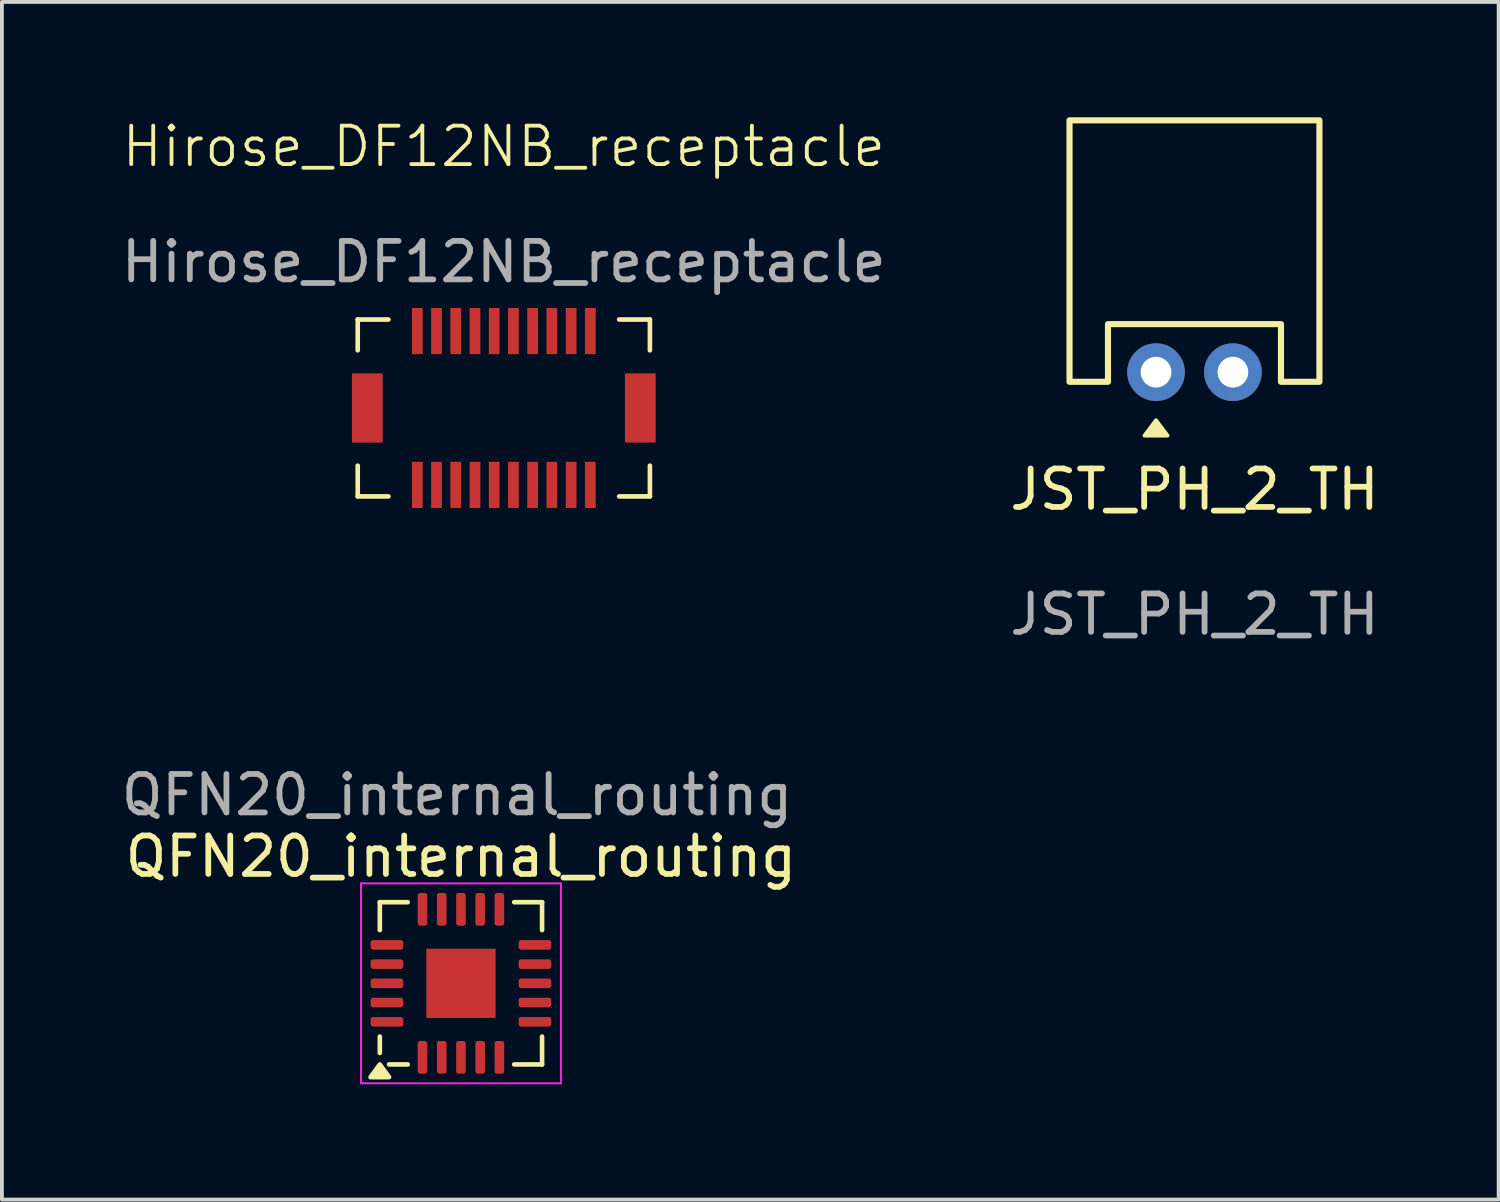
<source format=kicad_pcb>
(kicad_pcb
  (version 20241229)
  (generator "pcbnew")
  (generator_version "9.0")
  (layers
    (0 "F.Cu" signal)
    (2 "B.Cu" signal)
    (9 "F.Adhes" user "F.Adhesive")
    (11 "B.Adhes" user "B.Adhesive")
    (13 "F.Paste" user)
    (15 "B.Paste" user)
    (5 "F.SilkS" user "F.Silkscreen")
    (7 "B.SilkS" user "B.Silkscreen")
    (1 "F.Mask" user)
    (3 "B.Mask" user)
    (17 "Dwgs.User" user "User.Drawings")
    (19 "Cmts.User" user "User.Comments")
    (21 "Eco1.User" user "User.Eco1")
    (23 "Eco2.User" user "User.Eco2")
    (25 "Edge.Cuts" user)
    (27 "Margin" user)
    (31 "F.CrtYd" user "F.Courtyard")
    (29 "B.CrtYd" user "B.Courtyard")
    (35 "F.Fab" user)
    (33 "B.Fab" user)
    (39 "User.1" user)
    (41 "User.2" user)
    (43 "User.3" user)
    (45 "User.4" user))
  (footprint "JST_PH_2_TH"
    (layer "F.Cu")
    (at 28.018 6.63)
    (property "Reference" "JST_PH_2_TH" (at 0 3.05 0) (unlocked yes) (layer "F.SilkS") (effects (font (size 1 1) (thickness 0.15))))
    (attr through_hole)
    (fp_poly (pts (xy -0.7 1.65) (xy -1.3 1.65) (xy -1 1.25)) (stroke (width 0.1) (type solid)) (fill yes) (layer "F.SilkS"))
    (fp_poly (pts (xy -3.25 -6.55) (xy 3.25 -6.55) (xy 3.25 0.25) (xy 2.25 0.25) (xy 2.25 -1.25) (xy -2.25 -1.25) (xy -2.25 0.25) (xy -3.25 0.25)) (stroke (width 0.16) (type solid)) (fill no) (layer "F.SilkS"))
    (fp_text user "${REFERENCE}" (at 0 6.3 0) (unlocked yes) (layer "F.Fab") (effects (font (size 1 1) (thickness 0.15))))
    (pad "1" thru_hole circle (at -1 0) (size 1.5 1.5) (drill 0.8) (layers "*.Cu" "*.Mask"))
    (pad "2" thru_hole circle (at 1 0) (size 1.5 1.5) (drill 0.8) (layers "*.Cu" "*.Mask")))
  (footprint "Hirose_DF12NB_receptacle"
    (layer "F.Cu")
    (at 10.054 7.561)
    (property "Reference" "Hirose_DF12NB_receptacle" (at 0 -6.8 0) (unlocked yes) (layer "F.SilkS") (effects (font (size 1 1) (thickness 0.1))))
    (attr smd)
    (fp_line (start -3.8 -2.3) (end -3.8 -1.5) (stroke (width 0.12) (type default)) (layer "F.SilkS"))
    (fp_line (start -3.8 1.5) (end -3.8 2.3) (stroke (width 0.12) (type default)) (layer "F.SilkS"))
    (fp_line (start -3.8 2.3) (end -3 2.3) (stroke (width 0.12) (type default)) (layer "F.SilkS"))
    (fp_line (start -3 -2.3) (end -3.8 -2.3) (stroke (width 0.12) (type default)) (layer "F.SilkS"))
    (fp_line (start 3 2.3) (end 3.8 2.3) (stroke (width 0.12) (type default)) (layer "F.SilkS"))
    (fp_line (start 3.8 -2.3) (end 3 -2.3) (stroke (width 0.12) (type default)) (layer "F.SilkS"))
    (fp_line (start 3.8 -1.5) (end 3.8 -2.3) (stroke (width 0.12) (type default)) (layer "F.SilkS"))
    (fp_line (start 3.8 2.3) (end 3.8 1.5) (stroke (width 0.12) (type default)) (layer "F.SilkS"))
    (fp_text user "${REFERENCE}" (at 0 -3.8 0) (unlocked yes) (layer "F.Fab") (effects (font (size 1 1) (thickness 0.15))))
    (pad "" smd rect (at -3.55 0) (size 0.8 1.8) (layers "F.Cu" "F.Mask" "F.Paste"))
    (pad "" smd rect (at 3.55 0) (size 0.8 1.8) (layers "F.Cu" "F.Mask" "F.Paste"))
    (pad "1" smd rect (at -2.25 -2) (size 0.28 1.2) (layers "F.Cu" "F.Mask" "F.Paste"))
    (pad "2" smd rect (at -1.75 -2) (size 0.28 1.2) (layers "F.Cu" "F.Mask" "F.Paste"))
    (pad "3" smd rect (at -1.25 -2) (size 0.28 1.2) (layers "F.Cu" "F.Mask" "F.Paste"))
    (pad "4" smd rect (at -0.75 -2) (size 0.28 1.2) (layers "F.Cu" "F.Mask" "F.Paste"))
    (pad "5" smd rect (at -0.25 -2) (size 0.28 1.2) (layers "F.Cu" "F.Mask" "F.Paste"))
    (pad "6" smd rect (at 0.25 -2) (size 0.28 1.2) (layers "F.Cu" "F.Mask" "F.Paste"))
    (pad "7" smd rect (at 0.75 -2) (size 0.28 1.2) (layers "F.Cu" "F.Mask" "F.Paste"))
    (pad "8" smd rect (at 1.25 -2) (size 0.28 1.2) (layers "F.Cu" "F.Mask" "F.Paste"))
    (pad "9" smd rect (at 1.75 -2) (size 0.28 1.2) (layers "F.Cu" "F.Mask" "F.Paste"))
    (pad "10" smd rect (at 2.25 -2) (size 0.28 1.2) (layers "F.Cu" "F.Mask" "F.Paste"))
    (pad "11" smd rect (at -2.25 2) (size 0.28 1.2) (layers "F.Cu" "F.Mask" "F.Paste"))
    (pad "12" smd rect (at -1.75 2) (size 0.28 1.2) (layers "F.Cu" "F.Mask" "F.Paste"))
    (pad "13" smd rect (at -1.25 2) (size 0.28 1.2) (layers "F.Cu" "F.Mask" "F.Paste"))
    (pad "14" smd rect (at -0.75 2) (size 0.28 1.2) (layers "F.Cu" "F.Mask" "F.Paste"))
    (pad "15" smd rect (at -0.25 2) (size 0.28 1.2) (layers "F.Cu" "F.Mask" "F.Paste"))
    (pad "16" smd rect (at 0.25 2) (size 0.28 1.2) (layers "F.Cu" "F.Mask" "F.Paste"))
    (pad "17" smd rect (at 0.75 2) (size 0.28 1.2) (layers "F.Cu" "F.Mask" "F.Paste"))
    (pad "18" smd rect (at 1.25 2) (size 0.28 1.2) (layers "F.Cu" "F.Mask" "F.Paste"))
    (pad "19" smd rect (at 1.75 2) (size 0.28 1.2) (layers "F.Cu" "F.Mask" "F.Paste"))
    (pad "20" smd rect (at 2.25 2) (size 0.28 1.2) (layers "F.Cu" "F.Mask" "F.Paste")))
  (footprint "QFN20_internal_routing"
    (layer "F.Cu")
    (at 8.939 22.526)
    (property "Reference" "QFN20_internal_routing" (at 0 -3.3 0) (layer "F.SilkS") (effects (font (size 1 1) (thickness 0.15))))
    (attr smd)
    (fp_line (start -2.11 -2.11) (end -1.385 -2.11) (stroke (width 0.12) (type solid)) (layer "F.SilkS"))
    (fp_line (start -2.11 -1.385) (end -2.11 -2.11) (stroke (width 0.12) (type solid)) (layer "F.SilkS"))
    (fp_line (start -2.11 1.385) (end -2.11 1.81) (stroke (width 0.12) (type solid)) (layer "F.SilkS"))
    (fp_line (start -1.385 2.11) (end -1.87 2.11) (stroke (width 0.12) (type solid)) (layer "F.SilkS"))
    (fp_line (start 2.11 -2.11) (end 1.385 -2.11) (stroke (width 0.12) (type solid)) (layer "F.SilkS"))
    (fp_line (start 2.11 -1.385) (end 2.11 -2.11) (stroke (width 0.12) (type solid)) (layer "F.SilkS"))
    (fp_line (start 2.11 1.385) (end 2.11 2.11) (stroke (width 0.12) (type solid)) (layer "F.SilkS"))
    (fp_line (start 2.11 2.11) (end 1.385 2.11) (stroke (width 0.12) (type solid)) (layer "F.SilkS"))
    (fp_poly (pts (xy -2.11 2.11) (xy -1.87 2.44) (xy -2.35 2.44) (xy -2.11 2.11)) (stroke (width 0.12) (type solid)) (fill yes) (layer "F.SilkS"))
    (fp_line (start -2.6 -2.6) (end -2.6 2.6) (stroke (width 0.05) (type solid)) (layer "F.CrtYd"))
    (fp_line (start -2.6 2.6) (end 2.6 2.6) (stroke (width 0.05) (type solid)) (layer "F.CrtYd"))
    (fp_line (start 2.6 -2.6) (end -2.6 -2.6) (stroke (width 0.05) (type solid)) (layer "F.CrtYd"))
    (fp_line (start 2.6 2.6) (end 2.6 -2.6) (stroke (width 0.05) (type solid)) (layer "F.CrtYd"))
    (fp_text user "${REFERENCE}" (at -0.1 -4.9 0) (layer "F.Fab") (effects (font (size 1 1) (thickness 0.15))))
    (pad "" smd roundrect (at -0.463 -0.463 90) (size 0.675 0.675) (layers "F.Paste") (roundrect_rratio 0.238))
    (pad "" smd roundrect (at -0.463 0.463 90) (size 0.675 0.675) (layers "F.Paste") (roundrect_rratio 0.238))
    (pad "" smd roundrect (at 0.463 -0.463 90) (size 0.675 0.675) (layers "F.Paste") (roundrect_rratio 0.238))
    (pad "" smd roundrect (at 0.463 0.463 90) (size 0.675 0.675) (layers "F.Paste") (roundrect_rratio 0.238))
    (pad "0" smd rect (at 0 0 90) (size 1.8 1.8) (property pad_prop_heatsink) (layers "F.Cu" "F.Mask" "F.Paste"))
    (pad "1" smd roundrect (at -1 1.925 90) (size 0.85 0.25) (layers "F.Cu" "F.Mask" "F.Paste") (roundrect_rratio 0.25))
    (pad "2" smd roundrect (at -0.5 1.925 90) (size 0.85 0.25) (layers "F.Cu" "F.Mask" "F.Paste") (roundrect_rratio 0.25))
    (pad "3" smd roundrect (at 0 1.925 90) (size 0.85 0.25) (layers "F.Cu" "F.Mask" "F.Paste") (roundrect_rratio 0.25))
    (pad "4" smd roundrect (at 0.5 1.925 90) (size 0.85 0.25) (layers "F.Cu" "F.Mask" "F.Paste") (roundrect_rratio 0.25))
    (pad "5" smd roundrect (at 1 1.925 90) (size 0.85 0.25) (layers "F.Cu" "F.Mask" "F.Paste") (roundrect_rratio 0.25))
    (pad "6" smd roundrect (at 1.925 1 90) (size 0.25 0.85) (layers "F.Cu" "F.Mask" "F.Paste") (roundrect_rratio 0.25))
    (pad "7" smd roundrect (at 1.925 0.5 90) (size 0.25 0.85) (layers "F.Cu" "F.Mask" "F.Paste") (roundrect_rratio 0.25))
    (pad "8" smd roundrect (at 1.925 0 90) (size 0.25 0.85) (layers "F.Cu" "F.Mask" "F.Paste") (roundrect_rratio 0.25))
    (pad "9" smd roundrect (at 1.925 -0.5 90) (size 0.25 0.85) (layers "F.Cu" "F.Mask" "F.Paste") (roundrect_rratio 0.25))
    (pad "10" smd roundrect (at 1.925 -1 90) (size 0.25 0.85) (layers "F.Cu" "F.Mask" "F.Paste") (roundrect_rratio 0.25))
    (pad "11" smd roundrect (at 1 -1.925 90) (size 0.85 0.25) (layers "F.Cu" "F.Mask" "F.Paste") (roundrect_rratio 0.25))
    (pad "12" smd roundrect (at 0.5 -1.925 90) (size 0.85 0.25) (layers "F.Cu" "F.Mask" "F.Paste") (roundrect_rratio 0.25))
    (pad "13" smd roundrect (at 0 -1.925 90) (size 0.85 0.25) (layers "F.Cu" "F.Mask" "F.Paste") (roundrect_rratio 0.25))
    (pad "14" smd roundrect (at -0.5 -1.925 90) (size 0.85 0.25) (layers "F.Cu" "F.Mask" "F.Paste") (roundrect_rratio 0.25))
    (pad "15" smd roundrect (at -1 -1.925 90) (size 0.85 0.25) (layers "F.Cu" "F.Mask" "F.Paste") (roundrect_rratio 0.25))
    (pad "16" smd roundrect (at -1.925 -1 90) (size 0.25 0.85) (layers "F.Cu" "F.Mask" "F.Paste") (roundrect_rratio 0.25))
    (pad "17" smd roundrect (at -1.925 -0.5 90) (size 0.25 0.85) (layers "F.Cu" "F.Mask" "F.Paste") (roundrect_rratio 0.25))
    (pad "18" smd roundrect (at -1.925 0 90) (size 0.25 0.85) (layers "F.Cu" "F.Mask" "F.Paste") (roundrect_rratio 0.25))
    (pad "19" smd roundrect (at -1.925 0.5 90) (size 0.25 0.85) (layers "F.Cu" "F.Mask" "F.Paste") (roundrect_rratio 0.25))
    (pad "20" smd roundrect (at -1.925 1 90) (size 0.25 0.85) (layers "F.Cu" "F.Mask" "F.Paste") (roundrect_rratio 0.25)))
  (gr_rect
    (start -3 -3)
    (end 35.929 28.151)
    (stroke (width 0.1) (type default))
    (fill no)
    (layer "Edge.Cuts")))
</source>
